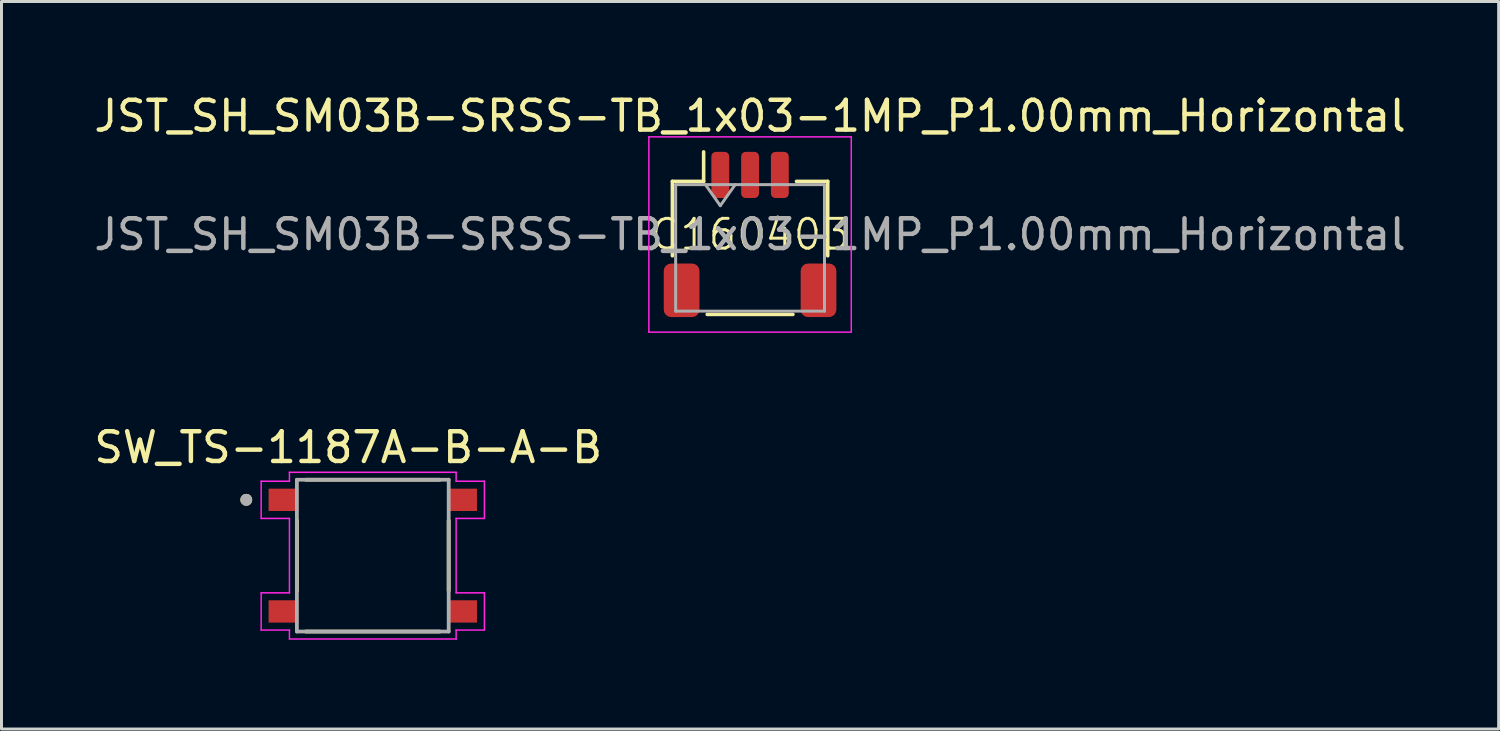
<source format=kicad_pcb>
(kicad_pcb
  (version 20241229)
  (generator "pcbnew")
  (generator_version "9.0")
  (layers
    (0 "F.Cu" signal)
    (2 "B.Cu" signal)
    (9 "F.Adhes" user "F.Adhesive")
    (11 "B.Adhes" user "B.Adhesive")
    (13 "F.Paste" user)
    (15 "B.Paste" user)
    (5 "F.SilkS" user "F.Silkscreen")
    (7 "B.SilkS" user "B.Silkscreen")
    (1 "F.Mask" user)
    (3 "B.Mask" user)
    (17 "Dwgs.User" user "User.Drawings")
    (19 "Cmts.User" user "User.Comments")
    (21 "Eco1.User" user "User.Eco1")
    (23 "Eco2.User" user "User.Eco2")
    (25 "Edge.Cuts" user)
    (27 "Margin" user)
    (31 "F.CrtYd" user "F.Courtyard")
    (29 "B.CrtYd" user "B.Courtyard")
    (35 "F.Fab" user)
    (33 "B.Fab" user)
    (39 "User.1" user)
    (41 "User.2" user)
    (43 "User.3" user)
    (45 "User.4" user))
  (footprint "SW_TS-1187A-B-A-B"
    (layer "F.Cu")
    (at 9.474 15.617)
    (property "Reference" "SW_TS-1187A-B-A-B" (at -0.825 -3.635 0) (layer "F.SilkS") (effects (font (size 1 1) (thickness 0.15))))
    (attr smd)
    (fp_line (start -2.55 -1.18) (end -2.55 1.18) (stroke (width 0.127) (type solid)) (layer "F.SilkS"))
    (fp_line (start 2.25 -2.55) (end -2.25 -2.55) (stroke (width 0.127) (type solid)) (layer "F.SilkS"))
    (fp_line (start 2.25 2.55) (end -2.25 2.55) (stroke (width 0.127) (type solid)) (layer "F.SilkS"))
    (fp_line (start 2.55 1.18) (end 2.55 -1.18) (stroke (width 0.127) (type solid)) (layer "F.SilkS"))
    (fp_circle (center -4.25 -1.875) (end -4.15 -1.875) (stroke (width 0.2) (type solid)) (fill no) (layer "F.SilkS"))
    (fp_line (start -3.75 -2.5) (end -3.75 -1.25) (stroke (width 0.05) (type solid)) (layer "F.CrtYd"))
    (fp_line (start -3.75 -2.5) (end -2.8 -2.5) (stroke (width 0.05) (type solid)) (layer "F.CrtYd"))
    (fp_line (start -3.75 -1.25) (end -2.8 -1.25) (stroke (width 0.05) (type solid)) (layer "F.CrtYd"))
    (fp_line (start -3.75 1.25) (end -2.8 1.25) (stroke (width 0.05) (type solid)) (layer "F.CrtYd"))
    (fp_line (start -3.75 2.5) (end -3.75 1.25) (stroke (width 0.05) (type solid)) (layer "F.CrtYd"))
    (fp_line (start -3.75 2.5) (end -2.8 2.5) (stroke (width 0.05) (type solid)) (layer "F.CrtYd"))
    (fp_line (start -2.8 -2.8) (end -2.8 -2.5) (stroke (width 0.05) (type solid)) (layer "F.CrtYd"))
    (fp_line (start -2.8 -1.25) (end -2.8 1.25) (stroke (width 0.05) (type solid)) (layer "F.CrtYd"))
    (fp_line (start -2.8 2.8) (end -2.8 2.5) (stroke (width 0.05) (type solid)) (layer "F.CrtYd"))
    (fp_line (start -2.8 2.8) (end 2.8 2.8) (stroke (width 0.05) (type solid)) (layer "F.CrtYd"))
    (fp_line (start 2.8 -2.8) (end -2.8 -2.8) (stroke (width 0.05) (type solid)) (layer "F.CrtYd"))
    (fp_line (start 2.8 -2.8) (end 2.8 -2.5) (stroke (width 0.05) (type solid)) (layer "F.CrtYd"))
    (fp_line (start 2.8 -1.25) (end 2.8 1.25) (stroke (width 0.05) (type solid)) (layer "F.CrtYd"))
    (fp_line (start 2.8 2.8) (end 2.8 2.5) (stroke (width 0.05) (type solid)) (layer "F.CrtYd"))
    (fp_line (start 3.75 -2.5) (end 2.8 -2.5) (stroke (width 0.05) (type solid)) (layer "F.CrtYd"))
    (fp_line (start 3.75 -2.5) (end 3.75 -1.25) (stroke (width 0.05) (type solid)) (layer "F.CrtYd"))
    (fp_line (start 3.75 -1.25) (end 2.8 -1.25) (stroke (width 0.05) (type solid)) (layer "F.CrtYd"))
    (fp_line (start 3.75 1.25) (end 2.8 1.25) (stroke (width 0.05) (type solid)) (layer "F.CrtYd"))
    (fp_line (start 3.75 2.5) (end 2.8 2.5) (stroke (width 0.05) (type solid)) (layer "F.CrtYd"))
    (fp_line (start 3.75 2.5) (end 3.75 1.25) (stroke (width 0.05) (type solid)) (layer "F.CrtYd"))
    (fp_line (start -2.55 -2.55) (end -2.55 2.55) (stroke (width 0.127) (type solid)) (layer "F.Fab"))
    (fp_line (start -2.55 2.55) (end 2.55 2.55) (stroke (width 0.127) (type solid)) (layer "F.Fab"))
    (fp_line (start 2.55 -2.55) (end -2.55 -2.55) (stroke (width 0.127) (type solid)) (layer "F.Fab"))
    (fp_line (start 2.55 2.55) (end 2.55 -2.55) (stroke (width 0.127) (type solid)) (layer "F.Fab"))
    (fp_circle (center -4.25 -1.875) (end -4.15 -1.875) (stroke (width 0.2) (type solid)) (fill no) (layer "F.Fab"))
    (pad "1" smd rect (at -3 -1.875) (size 1 0.75) (layers "F.Cu" "F.Mask" "F.Paste"))
    (pad "2" smd rect (at 3 -1.875) (size 1 0.75) (layers "F.Cu" "F.Mask" "F.Paste"))
    (pad "3" smd rect (at -3 1.875) (size 1 0.75) (layers "F.Cu" "F.Mask" "F.Paste"))
    (pad "4" smd rect (at 3 1.875) (size 1 0.75) (layers "F.Cu" "F.Mask" "F.Paste")))
  (footprint "JST_SH_SM03B-SRSS-TB_1x03-1MP_P1.00mm_Horizontal"
    (layer "F.Cu")
    (at 22.149 4.828)
    (property "Reference" "JST_SH_SM03B-SRSS-TB_1x03-1MP_P1.00mm_Horizontal" (at 0 -3.98 0) (layer "F.SilkS") (effects (font (size 1 1) (thickness 0.15))))
    (property "JLC" "C160403" (at 0 0 0) (layer "F.SilkS") (effects (font (size 1 1) (thickness 0.1))))
    (attr smd)
    (fp_line (start -2.61 -1.785) (end -1.56 -1.785) (stroke (width 0.12) (type solid)) (layer "F.SilkS"))
    (fp_line (start -2.61 0.715) (end -2.61 -1.785) (stroke (width 0.12) (type solid)) (layer "F.SilkS"))
    (fp_line (start -1.56 -1.785) (end -1.56 -2.775) (stroke (width 0.12) (type solid)) (layer "F.SilkS"))
    (fp_line (start -1.44 2.685) (end 1.44 2.685) (stroke (width 0.12) (type solid)) (layer "F.SilkS"))
    (fp_line (start 2.61 -1.785) (end 1.56 -1.785) (stroke (width 0.12) (type solid)) (layer "F.SilkS"))
    (fp_line (start 2.61 0.715) (end 2.61 -1.785) (stroke (width 0.12) (type solid)) (layer "F.SilkS"))
    (fp_line (start -3.4 -3.28) (end -3.4 3.28) (stroke (width 0.05) (type solid)) (layer "F.CrtYd"))
    (fp_line (start -3.4 3.28) (end 3.4 3.28) (stroke (width 0.05) (type solid)) (layer "F.CrtYd"))
    (fp_line (start 3.4 -3.28) (end -3.4 -3.28) (stroke (width 0.05) (type solid)) (layer "F.CrtYd"))
    (fp_line (start 3.4 3.28) (end 3.4 -3.28) (stroke (width 0.05) (type solid)) (layer "F.CrtYd"))
    (fp_line (start -2.5 -1.675) (end -2.5 2.575) (stroke (width 0.1) (type solid)) (layer "F.Fab"))
    (fp_line (start -2.5 -1.675) (end 2.5 -1.675) (stroke (width 0.1) (type solid)) (layer "F.Fab"))
    (fp_line (start -2.5 2.575) (end 2.5 2.575) (stroke (width 0.1) (type solid)) (layer "F.Fab"))
    (fp_line (start -1.5 -1.675) (end -1 -0.968) (stroke (width 0.1) (type solid)) (layer "F.Fab"))
    (fp_line (start -1 -0.968) (end -0.5 -1.675) (stroke (width 0.1) (type solid)) (layer "F.Fab"))
    (fp_line (start 2.5 -1.675) (end 2.5 2.575) (stroke (width 0.1) (type solid)) (layer "F.Fab"))
    (fp_text user "${REFERENCE}" (at 0 0 0) (layer "F.Fab") (effects (font (size 1 1) (thickness 0.15))))
    (pad "1" smd roundrect (at -1 -2) (size 0.6 1.55) (layers "F.Cu" "F.Mask" "F.Paste") (roundrect_rratio 0.25))
    (pad "2" smd roundrect (at 0 -2) (size 0.6 1.55) (layers "F.Cu" "F.Mask" "F.Paste") (roundrect_rratio 0.25))
    (pad "3" smd roundrect (at 1 -2) (size 0.6 1.55) (layers "F.Cu" "F.Mask" "F.Paste") (roundrect_rratio 0.25))
    (pad "MP" smd roundrect (at -2.3 1.875) (size 1.2 1.8) (layers "F.Cu" "F.Mask" "F.Paste") (roundrect_rratio 0.208))
    (pad "MP" smd roundrect (at 2.3 1.875) (size 1.2 1.8) (layers "F.Cu" "F.Mask" "F.Paste") (roundrect_rratio 0.208)))
  (gr_rect
    (start -3 -3)
    (end 47.298 21.442)
    (stroke (width 0.1) (type default))
    (fill no)
    (layer "Edge.Cuts")))
</source>
